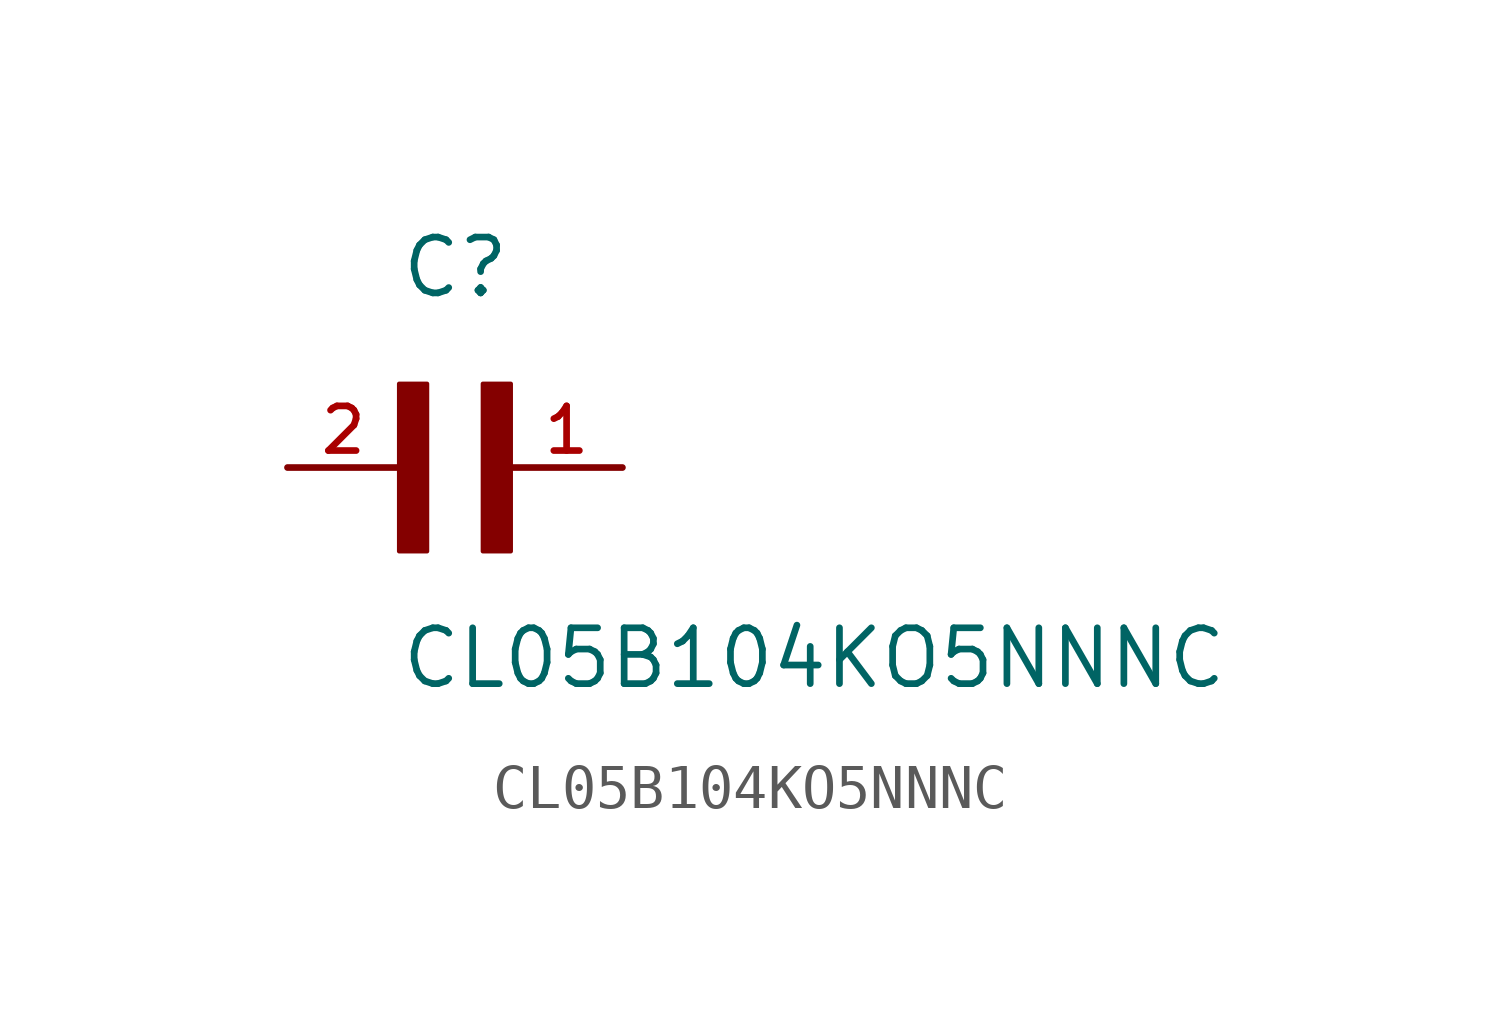
<source format=kicad_sym>
(kicad_symbol_lib
  (version 20211014)
  (generator kicad_symbol_editor)
  (symbol "CL05B104KO5NNNC"
    (pin_names
      (offset 1.016))
    (property "Reference" "C"
      (at 0.0 3.81 0)
      (effects (font (size 1.27 1.27)) (justify bottom left)))
    (property "Value" "CL05B104KO5NNNC"
      (at 0.0 -5.08 0)
      (effects (font (size 1.27 1.27)) (justify bottom left)))
    (symbol "CL05B104KO5NNNC_0_0"
      (rectangle (start 0.0 -1.905) (end 0.635 1.905) (stroke (width 0.1)) (fill (type outline)))
      (rectangle (start 1.905 -1.905) (end 2.54 1.905) (stroke (width 0.1)) (fill (type outline)))
      (pin passive line (at 5.08 0.0 180.0) (length 2.54) (name "~" (effects (font (size 1.016 1.016)))) (number "1" (effects (font (size 1.016 1.016)))))
      (pin passive line (at -2.54 0.0 0) (length 2.54) (name "~" (effects (font (size 1.016 1.016)))) (number "2" (effects (font (size 1.016 1.016))))))))
</source>
